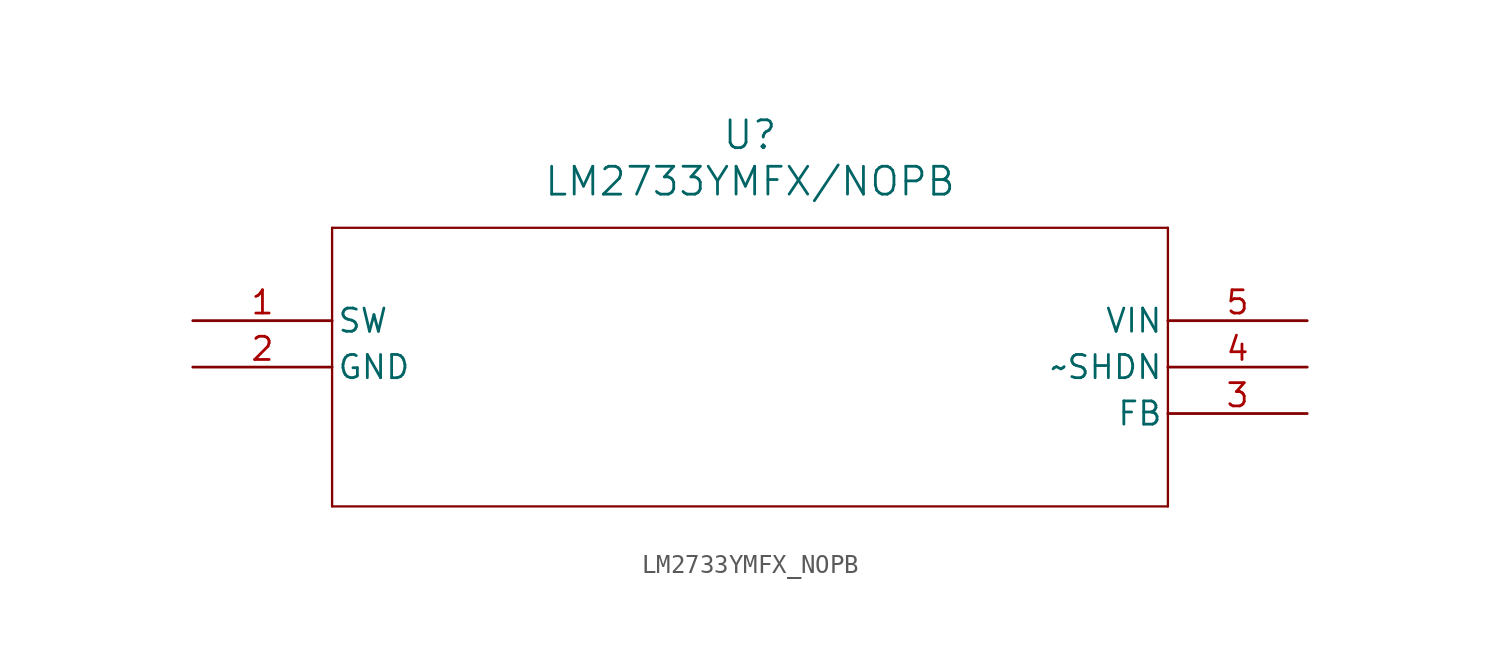
<source format=kicad_sym>
(kicad_symbol_lib
  (version 20211014)
  (generator kicad_symbol_editor)
  (symbol "LM2733YMFX_NOPB"
    (pin_names
      (offset 0.254))
    (property "Reference" "U"
      (at 30.48 10.16 0)
      (effects (font (size 1.524 1.524))))
    (property "Value" "LM2733YMFX/NOPB"
      (at 30.48 7.62 0)
      (effects (font (size 1.524 1.524))))
    (symbol "LM2733YMFX_NOPB_0_1"
      (polyline (pts (xy 7.62 5.08) (xy 7.62 -10.16)) (stroke (width 0.127) (type default) (color 0 0 0 0)) (fill (type none)))
      (polyline (pts (xy 7.62 -10.16) (xy 53.34 -10.16)) (stroke (width 0.127) (type default) (color 0 0 0 0)) (fill (type none)))
      (polyline (pts (xy 53.34 -10.16) (xy 53.34 5.08)) (stroke (width 0.127) (type default) (color 0 0 0 0)) (fill (type none)))
      (polyline (pts (xy 53.34 5.08) (xy 7.62 5.08)) (stroke (width 0.127) (type default) (color 0 0 0 0)) (fill (type none)))
      (pin output line (at 0 0 0) (length 7.62) (name "SW" (effects (font (size 1.27 1.27)))) (number "1" (effects (font (size 1.27 1.27)))))
      (pin passive line (at 0 -2.54 0) (length 7.62) (name "GND" (effects (font (size 1.27 1.27)))) (number "2" (effects (font (size 1.27 1.27)))))
      (pin passive line (at 60.96 -5.08 180) (length 7.62) (name "FB" (effects (font (size 1.27 1.27)))) (number "3" (effects (font (size 1.27 1.27)))))
      (pin passive line (at 60.96 -2.54 180) (length 7.62) (name "~SHDN" (effects (font (size 1.27 1.27)))) (number "4" (effects (font (size 1.27 1.27)))))
      (pin input line (at 60.96 0 180) (length 7.62) (name "VIN" (effects (font (size 1.27 1.27)))) (number "5" (effects (font (size 1.27 1.27))))))))
</source>
